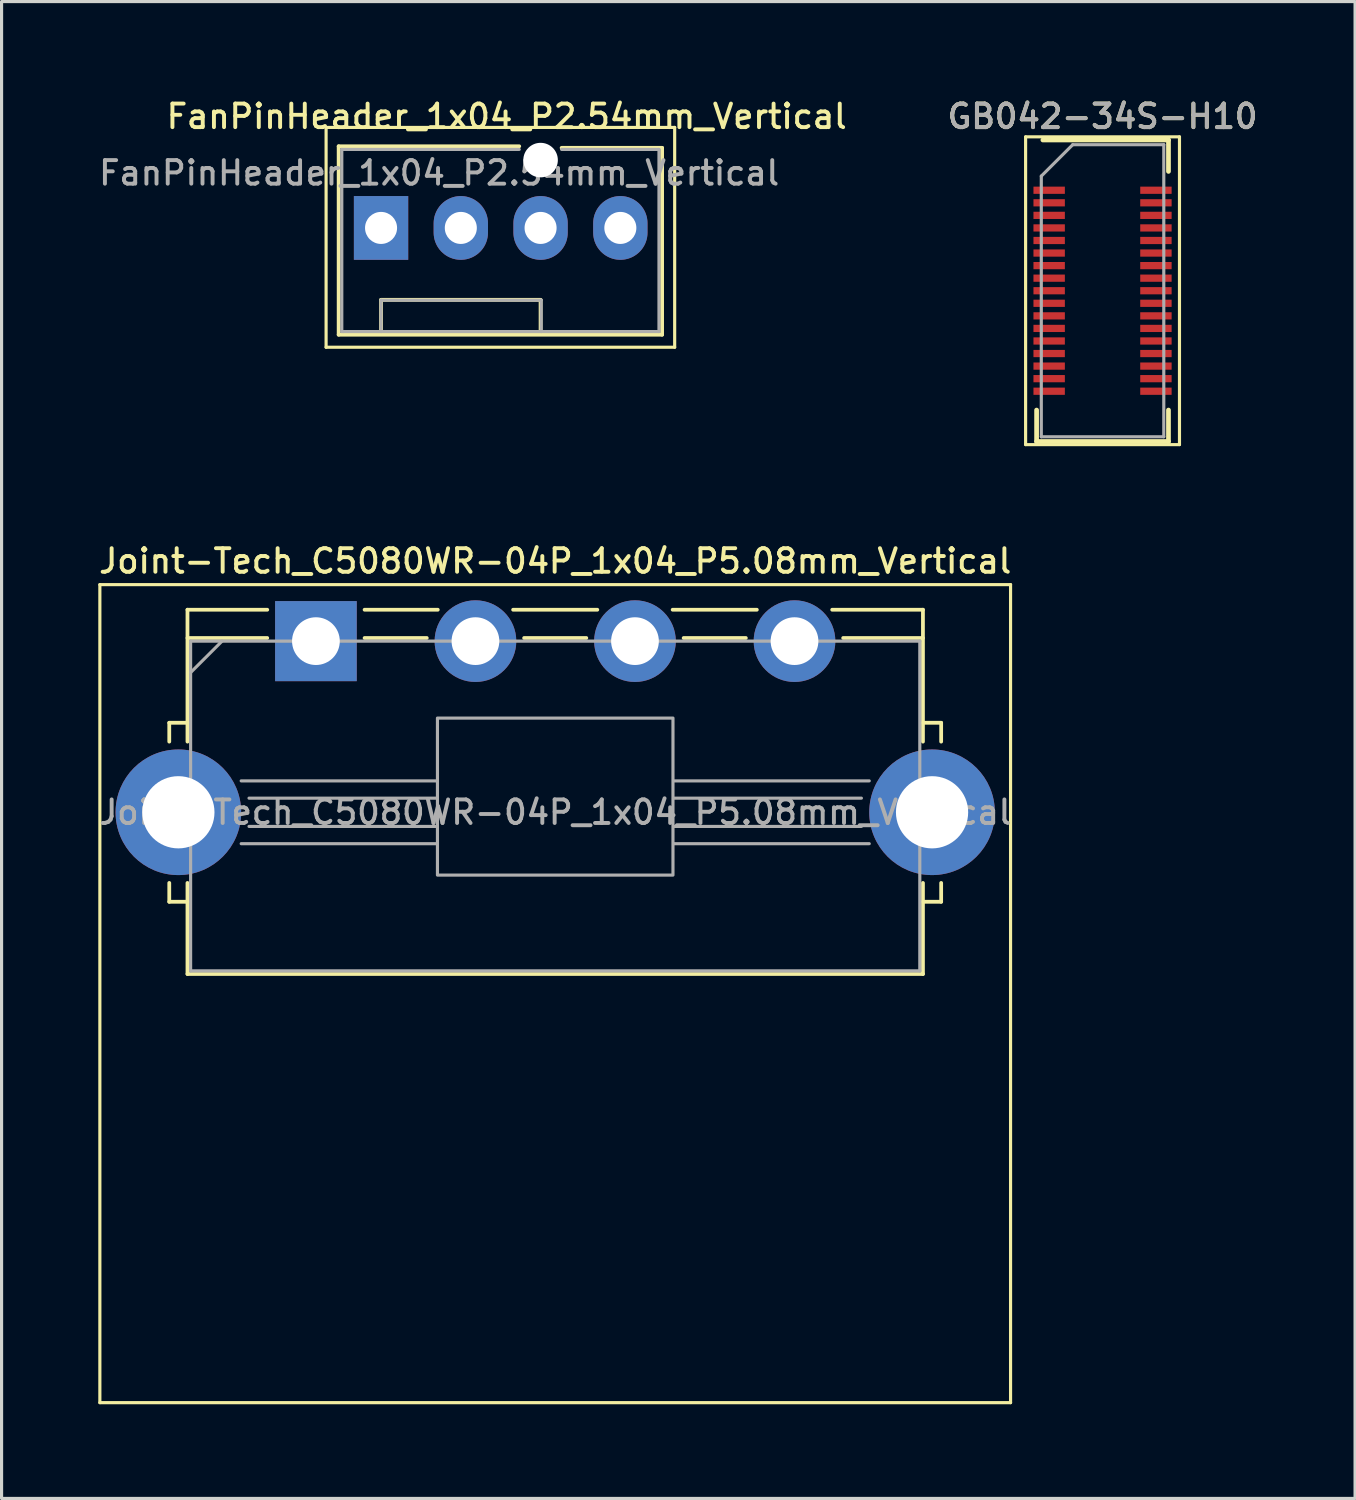
<source format=kicad_pcb>
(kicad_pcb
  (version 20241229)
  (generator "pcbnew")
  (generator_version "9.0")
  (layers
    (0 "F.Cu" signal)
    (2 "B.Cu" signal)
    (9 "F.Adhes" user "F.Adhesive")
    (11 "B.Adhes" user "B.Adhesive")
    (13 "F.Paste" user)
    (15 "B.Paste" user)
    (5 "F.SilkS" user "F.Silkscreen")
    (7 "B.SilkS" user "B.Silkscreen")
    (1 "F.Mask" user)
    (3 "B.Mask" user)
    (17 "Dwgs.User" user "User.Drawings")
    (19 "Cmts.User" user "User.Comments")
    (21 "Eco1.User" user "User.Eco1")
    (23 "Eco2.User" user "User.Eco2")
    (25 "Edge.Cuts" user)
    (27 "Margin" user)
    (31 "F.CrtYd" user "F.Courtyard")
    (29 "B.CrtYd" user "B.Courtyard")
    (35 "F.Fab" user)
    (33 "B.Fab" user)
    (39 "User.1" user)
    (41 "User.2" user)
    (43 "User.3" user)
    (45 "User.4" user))
  (footprint "FanPinHeader_1x04_P2.54mm_Vertical"
    (layer "F.Cu")
    (at 9.084 4.208)
    (property "Reference" "FanPinHeader_1x04_P2.54mm_Vertical" (at 4 -3.55 0) (layer "F.SilkS") (effects (font (size 0.75 0.75) (thickness 0.125))))
    (attr through_hole)
    (fp_line (start -1.75 3.8) (end -1.75 -3.2) (stroke (width 0.1) (type solid)) (layer "F.SilkS"))
    (fp_line (start -1.75 3.8) (end 9.35 3.8) (stroke (width 0.1) (type solid)) (layer "F.SilkS"))
    (fp_line (start -1.35 -2.6) (end 4.4 -2.6) (stroke (width 0.12) (type solid)) (layer "F.SilkS"))
    (fp_line (start -1.35 3.4) (end -1.35 -2.6) (stroke (width 0.12) (type solid)) (layer "F.SilkS"))
    (fp_line (start 0 2.29) (end 5.08 2.29) (stroke (width 0.12) (type solid)) (layer "F.SilkS"))
    (fp_line (start 0 3.3) (end 0 2.29) (stroke (width 0.12) (type solid)) (layer "F.SilkS"))
    (fp_line (start 5.08 2.29) (end 5.08 3.3) (stroke (width 0.12) (type solid)) (layer "F.SilkS"))
    (fp_line (start 5.75 -2.55) (end 8.95 -2.55) (stroke (width 0.12) (type solid)) (layer "F.SilkS"))
    (fp_line (start 8.95 -2.55) (end 8.95 3.4) (stroke (width 0.12) (type solid)) (layer "F.SilkS"))
    (fp_line (start 8.95 3.4) (end -1.35 3.4) (stroke (width 0.12) (type solid)) (layer "F.SilkS"))
    (fp_line (start 9.35 -3.2) (end -1.75 -3.2) (stroke (width 0.1) (type solid)) (layer "F.SilkS"))
    (fp_line (start 9.35 -3.2) (end 9.35 3.8) (stroke (width 0.1) (type solid)) (layer "F.SilkS"))
    (fp_line (start -1.25 -2.5) (end 4.4 -2.5) (stroke (width 0.1) (type solid)) (layer "F.Fab"))
    (fp_line (start -1.25 3.3) (end -1.25 -2.5) (stroke (width 0.1) (type solid)) (layer "F.Fab"))
    (fp_line (start -1.2 3.3) (end -1.25 3.3) (stroke (width 0.1) (type solid)) (layer "F.Fab"))
    (fp_line (start 0 2.3) (end 0 3.3) (stroke (width 0.1) (type solid)) (layer "F.Fab"))
    (fp_line (start 5.1 2.3) (end 0 2.3) (stroke (width 0.1) (type solid)) (layer "F.Fab"))
    (fp_line (start 5.1 3.3) (end 5.1 2.3) (stroke (width 0.1) (type solid)) (layer "F.Fab"))
    (fp_line (start 5.75 -2.5) (end 8.85 -2.5) (stroke (width 0.1) (type solid)) (layer "F.Fab"))
    (fp_line (start 8.85 -2.5) (end 8.85 3.3) (stroke (width 0.1) (type solid)) (layer "F.Fab"))
    (fp_line (start 8.85 3.3) (end -1.2 3.3) (stroke (width 0.1) (type solid)) (layer "F.Fab"))
    (fp_text user "${REFERENCE}" (at 1.85 -1.75 0) (layer "F.Fab") (effects (font (size 0.75 0.75) (thickness 0.125))))
    (pad "" np_thru_hole circle (at 5.08 -2.16 90) (size 1.1 1.1) (drill 1.1) (layers "*.Cu" "*.Mask"))
    (pad "1" thru_hole rect (at 0 0 90) (size 2.03 1.73) (drill 1.02) (layers "*.Cu" "*.Mask"))
    (pad "2" thru_hole oval (at 2.54 0 90) (size 2.03 1.73) (drill 1.02) (layers "*.Cu" "*.Mask"))
    (pad "3" thru_hole oval (at 5.08 0 90) (size 2.03 1.73) (drill 1.02) (layers "*.Cu" "*.Mask"))
    (pad "4" thru_hole oval (at 7.62 0 90) (size 2.03 1.73) (drill 1.02) (layers "*.Cu" "*.Mask")))
  (footprint "GB042-34S-H10"
    (layer "F.Cu")
    (at 32.059 6.208)
    (property "Reference" "GB042-34S-H10" (at 0 -5.55 0) (layer "F.SilkS") (effects (font (size 0.75 0.75) (thickness 0.125))))
    (attr smd)
    (fp_line (start -2.45 -4.9) (end 2.45 -4.9) (stroke (width 0.1) (type solid)) (layer "F.SilkS"))
    (fp_line (start -2.45 4.9) (end -2.45 -4.9) (stroke (width 0.1) (type solid)) (layer "F.SilkS"))
    (fp_line (start -2.1 4.8) (end -2.1 3.8) (stroke (width 0.15) (type solid)) (layer "F.SilkS"))
    (fp_line (start -1.9 -4.8) (end 2.1 -4.8) (stroke (width 0.15) (type solid)) (layer "F.SilkS"))
    (fp_line (start 2.1 -4.8) (end 2.1 -3.8) (stroke (width 0.15) (type solid)) (layer "F.SilkS"))
    (fp_line (start 2.1 4.8) (end -2.1 4.8) (stroke (width 0.15) (type solid)) (layer "F.SilkS"))
    (fp_line (start 2.1 4.8) (end 2.1 3.8) (stroke (width 0.15) (type solid)) (layer "F.SilkS"))
    (fp_line (start 2.45 -4.9) (end 2.45 4.9) (stroke (width 0.1) (type solid)) (layer "F.SilkS"))
    (fp_line (start 2.45 4.9) (end -2.45 4.9) (stroke (width 0.1) (type solid)) (layer "F.SilkS"))
    (fp_line (start -1.95 -3.65) (end -0.95 -4.65) (stroke (width 0.1) (type solid)) (layer "F.Fab"))
    (fp_line (start -1.95 4.65) (end -1.95 -3.65) (stroke (width 0.1) (type solid)) (layer "F.Fab"))
    (fp_line (start -0.95 -4.65) (end 1.95 -4.65) (stroke (width 0.1) (type solid)) (layer "F.Fab"))
    (fp_line (start 1.95 -4.65) (end 1.95 4.65) (stroke (width 0.1) (type solid)) (layer "F.Fab"))
    (fp_line (start 1.95 4.65) (end -1.95 4.65) (stroke (width 0.1) (type solid)) (layer "F.Fab"))
    (fp_text user "${REFERENCE}" (at 0 -5.55 0) (layer "F.Fab") (effects (font (size 0.75 0.75) (thickness 0.125))))
    (pad "1" smd rect (at -1.7 -3.2 270) (size 0.23 1) (layers "F.Cu" "F.Mask" "F.Paste"))
    (pad "2" smd rect (at -1.7 -2.8 270) (size 0.23 1) (layers "F.Cu" "F.Mask" "F.Paste"))
    (pad "3" smd rect (at -1.7 -2.4 270) (size 0.23 1) (layers "F.Cu" "F.Mask" "F.Paste"))
    (pad "4" smd rect (at -1.7 -2 270) (size 0.23 1) (layers "F.Cu" "F.Mask" "F.Paste"))
    (pad "5" smd rect (at -1.7 -1.6 270) (size 0.23 1) (layers "F.Cu" "F.Mask" "F.Paste"))
    (pad "6" smd rect (at -1.7 -1.2 270) (size 0.23 1) (layers "F.Cu" "F.Mask" "F.Paste"))
    (pad "7" smd rect (at -1.7 -0.8 270) (size 0.23 1) (layers "F.Cu" "F.Mask" "F.Paste"))
    (pad "8" smd rect (at -1.7 -0.4 270) (size 0.23 1) (layers "F.Cu" "F.Mask" "F.Paste"))
    (pad "9" smd rect (at -1.7 0 270) (size 0.23 1) (layers "F.Cu" "F.Mask" "F.Paste"))
    (pad "10" smd rect (at -1.7 0.4 270) (size 0.23 1) (layers "F.Cu" "F.Mask" "F.Paste"))
    (pad "11" smd rect (at -1.7 0.8 270) (size 0.23 1) (layers "F.Cu" "F.Mask" "F.Paste"))
    (pad "12" smd rect (at -1.7 1.2 270) (size 0.23 1) (layers "F.Cu" "F.Mask" "F.Paste"))
    (pad "13" smd rect (at -1.7 1.6 270) (size 0.23 1) (layers "F.Cu" "F.Mask" "F.Paste"))
    (pad "14" smd rect (at -1.7 2 270) (size 0.23 1) (layers "F.Cu" "F.Mask" "F.Paste"))
    (pad "15" smd rect (at -1.7 2.4 270) (size 0.23 1) (layers "F.Cu" "F.Mask" "F.Paste"))
    (pad "16" smd rect (at -1.7 2.8 270) (size 0.23 1) (layers "F.Cu" "F.Mask" "F.Paste"))
    (pad "17" smd rect (at -1.7 3.2 270) (size 0.23 1) (layers "F.Cu" "F.Mask" "F.Paste"))
    (pad "18" smd rect (at 1.7 3.2 270) (size 0.23 1) (layers "F.Cu" "F.Mask" "F.Paste"))
    (pad "19" smd rect (at 1.7 2.8 270) (size 0.23 1) (layers "F.Cu" "F.Mask" "F.Paste"))
    (pad "20" smd rect (at 1.7 2.4 270) (size 0.23 1) (layers "F.Cu" "F.Mask" "F.Paste"))
    (pad "21" smd rect (at 1.7 2 270) (size 0.23 1) (layers "F.Cu" "F.Mask" "F.Paste"))
    (pad "22" smd rect (at 1.7 1.6 270) (size 0.23 1) (layers "F.Cu" "F.Mask" "F.Paste"))
    (pad "23" smd rect (at 1.7 1.2 270) (size 0.23 1) (layers "F.Cu" "F.Mask" "F.Paste"))
    (pad "24" smd rect (at 1.7 0.8 270) (size 0.23 1) (layers "F.Cu" "F.Mask" "F.Paste"))
    (pad "25" smd rect (at 1.7 0.4 270) (size 0.23 1) (layers "F.Cu" "F.Mask" "F.Paste"))
    (pad "26" smd rect (at 1.7 0 270) (size 0.23 1) (layers "F.Cu" "F.Mask" "F.Paste"))
    (pad "27" smd rect (at 1.7 -0.4 270) (size 0.23 1) (layers "F.Cu" "F.Mask" "F.Paste"))
    (pad "28" smd rect (at 1.7 -0.8 270) (size 0.23 1) (layers "F.Cu" "F.Mask" "F.Paste"))
    (pad "29" smd rect (at 1.7 -1.2 270) (size 0.23 1) (layers "F.Cu" "F.Mask" "F.Paste"))
    (pad "30" smd rect (at 1.7 -1.6 270) (size 0.23 1) (layers "F.Cu" "F.Mask" "F.Paste"))
    (pad "31" smd rect (at 1.7 -2 270) (size 0.23 1) (layers "F.Cu" "F.Mask" "F.Paste"))
    (pad "32" smd rect (at 1.7 -2.4 270) (size 0.23 1) (layers "F.Cu" "F.Mask" "F.Paste"))
    (pad "33" smd rect (at 1.7 -2.8 270) (size 0.23 1) (layers "F.Cu" "F.Mask" "F.Paste"))
    (pad "34" smd rect (at 1.7 -3.2 270) (size 0.23 1) (layers "F.Cu" "F.Mask" "F.Paste")))
  (footprint "Joint-Tech_C5080WR-04P_1x04_P5.08mm_Vertical"
    (layer "F.Cu")
    (at 7.01 17.366)
    (property "Reference" "Joint-Tech_C5080WR-04P_1x04_P5.08mm_Vertical" (at 7.62 -2.55 180) (layer "F.SilkS") (effects (font (size 0.75 0.75) (thickness 0.125))))
    (attr through_hole)
    (fp_line (start -6.88 -1.8) (end -6.88 24.25) (stroke (width 0.1) (type solid)) (layer "F.SilkS"))
    (fp_line (start -6.88 24.25) (end 22.12 24.25) (stroke (width 0.1) (type solid)) (layer "F.SilkS"))
    (fp_line (start -4.67 2.6) (end -4.67 3.2) (stroke (width 0.12) (type solid)) (layer "F.SilkS"))
    (fp_line (start -4.67 2.6) (end -4.09 2.6) (stroke (width 0.12) (type solid)) (layer "F.SilkS"))
    (fp_line (start -4.67 8.3) (end -4.67 7.7) (stroke (width 0.12) (type solid)) (layer "F.SilkS"))
    (fp_line (start -4.67 8.3) (end -4.09 8.3) (stroke (width 0.12) (type solid)) (layer "F.SilkS"))
    (fp_line (start -4.09 -1) (end -4.09 3.2) (stroke (width 0.12) (type solid)) (layer "F.SilkS"))
    (fp_line (start -4.09 10.6) (end -4.09 7.7) (stroke (width 0.12) (type solid)) (layer "F.SilkS"))
    (fp_line (start -1.55 -1) (end -4.09 -1) (stroke (width 0.12) (type solid)) (layer "F.SilkS"))
    (fp_line (start -1.55 -0.1) (end -4.09 -0.1) (stroke (width 0.12) (type solid)) (layer "F.SilkS"))
    (fp_line (start 1.55 -1) (end 3.88 -1) (stroke (width 0.12) (type solid)) (layer "F.SilkS"))
    (fp_line (start 3.53 -0.1) (end 1.55 -0.1) (stroke (width 0.12) (type solid)) (layer "F.SilkS"))
    (fp_line (start 6.28 -1) (end 8.96 -1) (stroke (width 0.12) (type solid)) (layer "F.SilkS"))
    (fp_line (start 8.61 -0.1) (end 6.63 -0.1) (stroke (width 0.12) (type solid)) (layer "F.SilkS"))
    (fp_line (start 11.36 -1) (end 14.04 -1) (stroke (width 0.12) (type solid)) (layer "F.SilkS"))
    (fp_line (start 13.69 -0.1) (end 11.71 -0.1) (stroke (width 0.12) (type solid)) (layer "F.SilkS"))
    (fp_line (start 19.33 -1) (end 16.44 -1) (stroke (width 0.12) (type solid)) (layer "F.SilkS"))
    (fp_line (start 19.33 -1) (end 19.33 3.2) (stroke (width 0.12) (type solid)) (layer "F.SilkS"))
    (fp_line (start 19.33 -0.1) (end 16.79 -0.1) (stroke (width 0.12) (type solid)) (layer "F.SilkS"))
    (fp_line (start 19.33 10.6) (end -4.09 10.6) (stroke (width 0.12) (type solid)) (layer "F.SilkS"))
    (fp_line (start 19.33 10.6) (end 19.33 7.7) (stroke (width 0.12) (type solid)) (layer "F.SilkS"))
    (fp_line (start 19.91 2.6) (end 19.33 2.6) (stroke (width 0.12) (type solid)) (layer "F.SilkS"))
    (fp_line (start 19.91 2.6) (end 19.91 3.2) (stroke (width 0.12) (type solid)) (layer "F.SilkS"))
    (fp_line (start 19.91 8.3) (end 19.33 8.3) (stroke (width 0.12) (type solid)) (layer "F.SilkS"))
    (fp_line (start 19.91 8.3) (end 19.91 7.7) (stroke (width 0.12) (type solid)) (layer "F.SilkS"))
    (fp_line (start 22.12 -1.8) (end -6.88 -1.8) (stroke (width 0.1) (type solid)) (layer "F.SilkS"))
    (fp_line (start 22.12 24.25) (end 22.12 -1.8) (stroke (width 0.1) (type solid)) (layer "F.SilkS"))
    (fp_line (start -3.99 0) (end -3.99 10.5) (stroke (width 0.1) (type solid)) (layer "F.Fab"))
    (fp_line (start -3.99 10.5) (end 19.23 10.5) (stroke (width 0.1) (type solid)) (layer "F.Fab"))
    (fp_line (start -2.99 0) (end -3.99 1) (stroke (width 0.1) (type default)) (layer "F.Fab"))
    (fp_line (start -2.38 6.45) (end 3.84 6.45) (stroke (width 0.1) (type solid)) (layer "F.Fab"))
    (fp_line (start -2.13 5) (end 3.84 5) (stroke (width 0.1) (type solid)) (layer "F.Fab"))
    (fp_line (start 3.84 4.45) (end -2.38 4.45) (stroke (width 0.1) (type solid)) (layer "F.Fab"))
    (fp_line (start 3.84 5.9) (end -2.13 5.9) (stroke (width 0.1) (type solid)) (layer "F.Fab"))
    (fp_line (start 11.39 4.45) (end 17.62 4.45) (stroke (width 0.1) (type solid)) (layer "F.Fab"))
    (fp_line (start 11.39 5.9) (end 17.37 5.9) (stroke (width 0.1) (type solid)) (layer "F.Fab"))
    (fp_line (start 17.37 5) (end 11.39 5) (stroke (width 0.1) (type solid)) (layer "F.Fab"))
    (fp_line (start 17.62 6.45) (end 11.39 6.45) (stroke (width 0.1) (type solid)) (layer "F.Fab"))
    (fp_line (start 19.23 0) (end -3.99 0) (stroke (width 0.1) (type solid)) (layer "F.Fab"))
    (fp_line (start 19.23 10.5) (end 19.23 0) (stroke (width 0.1) (type solid)) (layer "F.Fab"))
    (fp_rect (start 3.87 2.45) (end 11.37 7.45) (stroke (width 0.1) (type default)) (fill no) (layer "F.Fab"))
    (fp_text user "${REFERENCE}" (at 7.62 5.45 180) (layer "F.Fab") (effects (font (size 0.75 0.75) (thickness 0.125))))
    (pad "1" thru_hole rect (at 0 0 180) (size 2.6 2.55) (drill 1.52) (layers "*.Cu" "*.Mask"))
    (pad "2" thru_hole circle (at 5.08 0 180) (size 2.6 2.6) (drill 1.52) (layers "*.Cu" "*.Mask"))
    (pad "3" thru_hole circle (at 10.16 0 180) (size 2.6 2.6) (drill 1.52) (layers "*.Cu" "*.Mask"))
    (pad "4" thru_hole circle (at 15.24 0 180) (size 2.6 2.6) (drill 1.52) (layers "*.Cu" "*.Mask"))
    (pad "5" thru_hole circle (at -4.38 5.45 180) (size 4 4) (drill 2.3) (layers "*.Cu" "*.Mask"))
    (pad "5" thru_hole circle (at 19.62 5.45 180) (size 4 4) (drill 2.3) (layers "*.Cu" "*.Mask")))
  (gr_rect
    (start -3 -3)
    (end 40.1 44.666)
    (stroke (width 0.1) (type default))
    (fill no)
    (layer "Edge.Cuts")))
</source>
